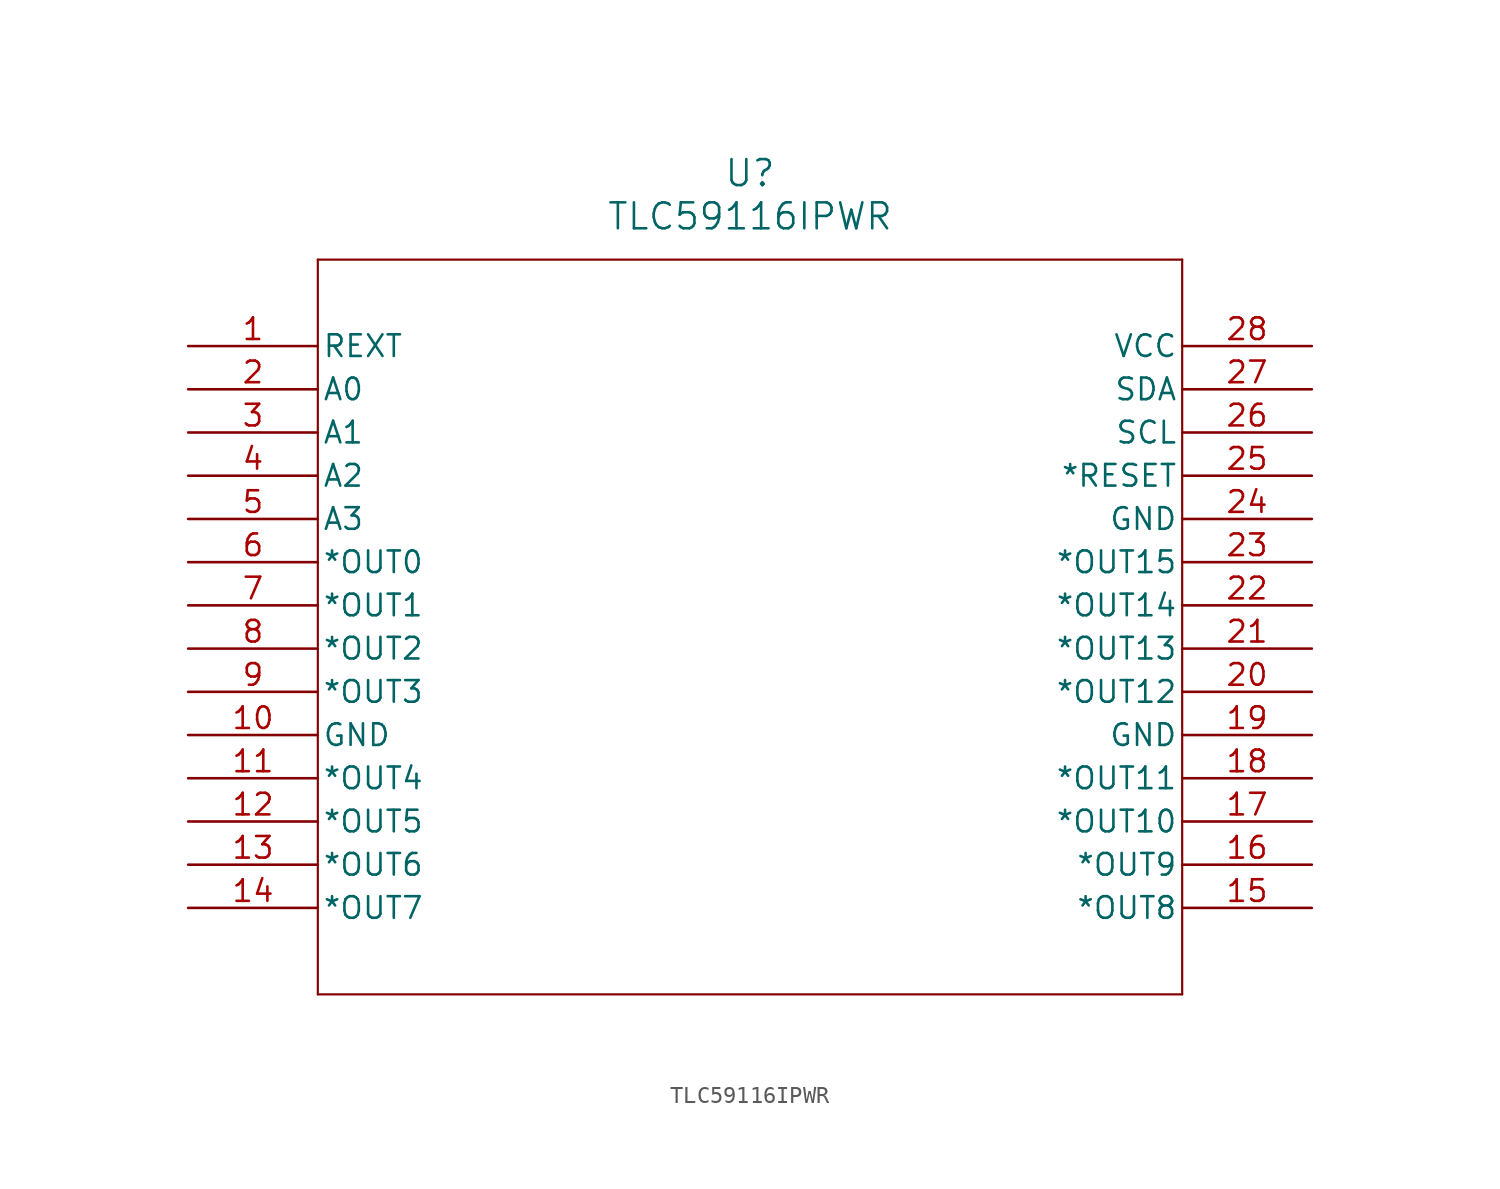
<source format=kicad_sym>
(kicad_symbol_lib
  (version 20211014)
  (generator kicad_symbol_editor)
  (symbol "TLC59116IPWR"
    (pin_names
      (offset 0.254))
    (property "Reference" "U"
      (at 33.02 10.16 0)
      (effects (font (size 1.524 1.524))))
    (property "Value" "TLC59116IPWR"
      (at 33.02 7.62 0)
      (effects (font (size 1.524 1.524))))
    (polyline
      (pts (xy 7.62 5.08) (xy 7.62 -38.1))
      (stroke (width 0.127) (type default) (color 0 0 0 0))
      (fill (type none)))
    (polyline
      (pts (xy 7.62 -38.1) (xy 58.42 -38.1))
      (stroke (width 0.127) (type default) (color 0 0 0 0))
      (fill (type none)))
    (polyline
      (pts (xy 58.42 -38.1) (xy 58.42 5.08))
      (stroke (width 0.127) (type default) (color 0 0 0 0))
      (fill (type none)))
    (polyline
      (pts (xy 58.42 5.08) (xy 7.62 5.08))
      (stroke (width 0.127) (type default) (color 0 0 0 0))
      (fill (type none)))
    (pin input line
      (at 0 0 0)
      (length 7.62)
      (name "REXT" (effects (font (size 1.27 1.27))))
      (number "1" (effects (font (size 1.27 1.27)))))
    (pin input line
      (at 0 -2.54 0)
      (length 7.62)
      (name "A0" (effects (font (size 1.27 1.27))))
      (number "2" (effects (font (size 1.27 1.27)))))
    (pin input line
      (at 0 -5.08 0)
      (length 7.62)
      (name "A1" (effects (font (size 1.27 1.27))))
      (number "3" (effects (font (size 1.27 1.27)))))
    (pin input line
      (at 0 -7.62 0)
      (length 7.62)
      (name "A2" (effects (font (size 1.27 1.27))))
      (number "4" (effects (font (size 1.27 1.27)))))
    (pin input line
      (at 0 -10.16 0)
      (length 7.62)
      (name "A3" (effects (font (size 1.27 1.27))))
      (number "5" (effects (font (size 1.27 1.27)))))
    (pin output line
      (at 0 -12.7 0)
      (length 7.62)
      (name "*OUT0" (effects (font (size 1.27 1.27))))
      (number "6" (effects (font (size 1.27 1.27)))))
    (pin output line
      (at 0 -15.24 0)
      (length 7.62)
      (name "*OUT1" (effects (font (size 1.27 1.27))))
      (number "7" (effects (font (size 1.27 1.27)))))
    (pin output line
      (at 0 -17.78 0)
      (length 7.62)
      (name "*OUT2" (effects (font (size 1.27 1.27))))
      (number "8" (effects (font (size 1.27 1.27)))))
    (pin output line
      (at 0 -20.32 0)
      (length 7.62)
      (name "*OUT3" (effects (font (size 1.27 1.27))))
      (number "9" (effects (font (size 1.27 1.27)))))
    (pin power_in line
      (at 0 -22.86 0)
      (length 7.62)
      (name "GND" (effects (font (size 1.27 1.27))))
      (number "10" (effects (font (size 1.27 1.27)))))
    (pin output line
      (at 0 -25.4 0)
      (length 7.62)
      (name "*OUT4" (effects (font (size 1.27 1.27))))
      (number "11" (effects (font (size 1.27 1.27)))))
    (pin output line
      (at 0 -27.94 0)
      (length 7.62)
      (name "*OUT5" (effects (font (size 1.27 1.27))))
      (number "12" (effects (font (size 1.27 1.27)))))
    (pin output line
      (at 0 -30.48 0)
      (length 7.62)
      (name "*OUT6" (effects (font (size 1.27 1.27))))
      (number "13" (effects (font (size 1.27 1.27)))))
    (pin output line
      (at 0 -33.02 0)
      (length 7.62)
      (name "*OUT7" (effects (font (size 1.27 1.27))))
      (number "14" (effects (font (size 1.27 1.27)))))
    (pin output line
      (at 66.04 -33.02 180)
      (length 7.62)
      (name "*OUT8" (effects (font (size 1.27 1.27))))
      (number "15" (effects (font (size 1.27 1.27)))))
    (pin output line
      (at 66.04 -30.48 180)
      (length 7.62)
      (name "*OUT9" (effects (font (size 1.27 1.27))))
      (number "16" (effects (font (size 1.27 1.27)))))
    (pin output line
      (at 66.04 -27.94 180)
      (length 7.62)
      (name "*OUT10" (effects (font (size 1.27 1.27))))
      (number "17" (effects (font (size 1.27 1.27)))))
    (pin output line
      (at 66.04 -25.4 180)
      (length 7.62)
      (name "*OUT11" (effects (font (size 1.27 1.27))))
      (number "18" (effects (font (size 1.27 1.27)))))
    (pin power_in line
      (at 66.04 -22.86 180)
      (length 7.62)
      (name "GND" (effects (font (size 1.27 1.27))))
      (number "19" (effects (font (size 1.27 1.27)))))
    (pin output line
      (at 66.04 -20.32 180)
      (length 7.62)
      (name "*OUT12" (effects (font (size 1.27 1.27))))
      (number "20" (effects (font (size 1.27 1.27)))))
    (pin output line
      (at 66.04 -17.78 180)
      (length 7.62)
      (name "*OUT13" (effects (font (size 1.27 1.27))))
      (number "21" (effects (font (size 1.27 1.27)))))
    (pin output line
      (at 66.04 -15.24 180)
      (length 7.62)
      (name "*OUT14" (effects (font (size 1.27 1.27))))
      (number "22" (effects (font (size 1.27 1.27)))))
    (pin output line
      (at 66.04 -12.7 180)
      (length 7.62)
      (name "*OUT15" (effects (font (size 1.27 1.27))))
      (number "23" (effects (font (size 1.27 1.27)))))
    (pin power_in line
      (at 66.04 -10.16 180)
      (length 7.62)
      (name "GND" (effects (font (size 1.27 1.27))))
      (number "24" (effects (font (size 1.27 1.27)))))
    (pin input line
      (at 66.04 -7.62 180)
      (length 7.62)
      (name "*RESET" (effects (font (size 1.27 1.27))))
      (number "25" (effects (font (size 1.27 1.27)))))
    (pin input line
      (at 66.04 -5.08 180)
      (length 7.62)
      (name "SCL" (effects (font (size 1.27 1.27))))
      (number "26" (effects (font (size 1.27 1.27)))))
    (pin bidirectional line
      (at 66.04 -2.54 180)
      (length 7.62)
      (name "SDA" (effects (font (size 1.27 1.27))))
      (number "27" (effects (font (size 1.27 1.27)))))
    (pin power_in line
      (at 66.04 0 180)
      (length 7.62)
      (name "VCC" (effects (font (size 1.27 1.27))))
      (number "28" (effects (font (size 1.27 1.27)))))))
</source>
